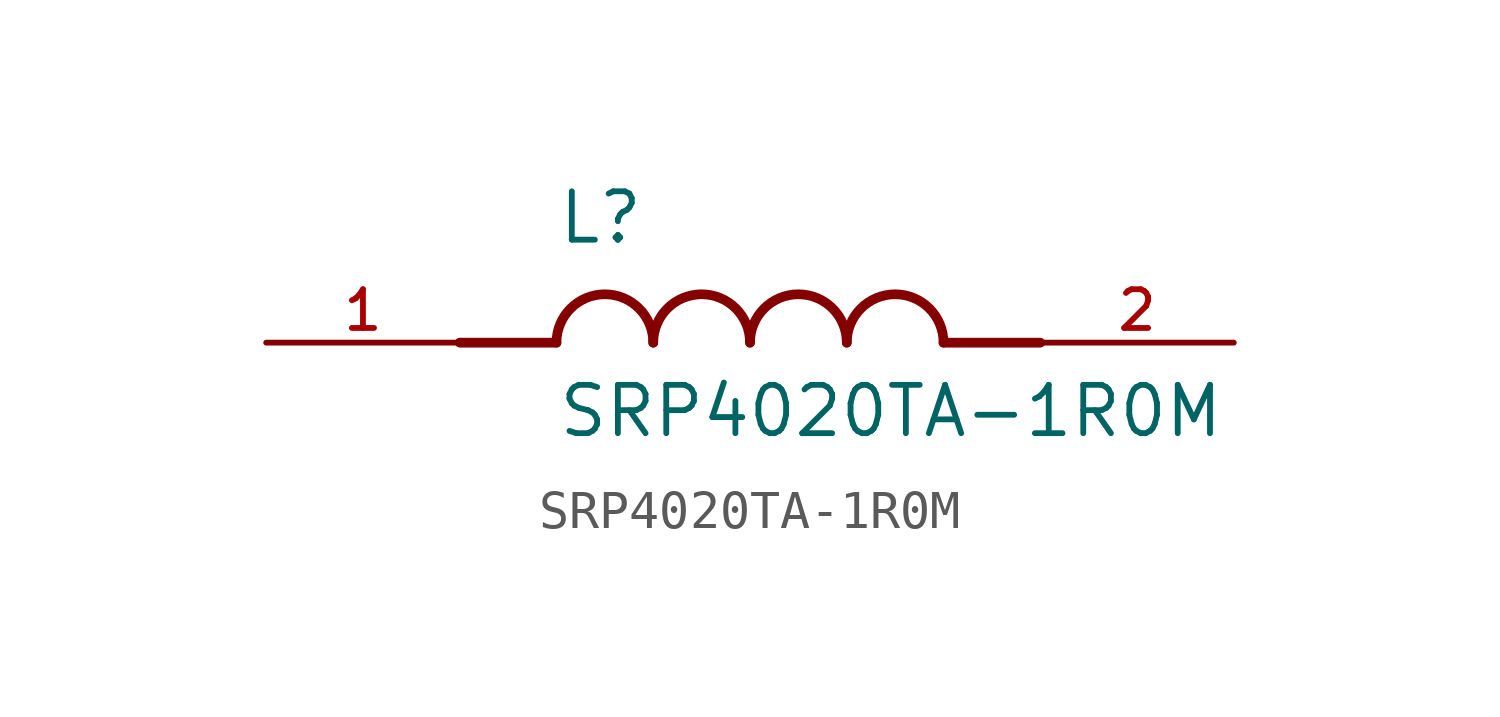
<source format=kicad_sym>
(kicad_symbol_lib
  (version 20211014)
  (generator kicad_symbol_editor)
  (symbol "SRP4020TA-1R0M"
    (pin_names
      (offset 1.016))
    (property "Reference" "L"
      (at -5.08 2.54 0)
      (effects (font (size 1.27 1.27)) (justify bottom left)))
    (property "Value" "SRP4020TA-1R0M"
      (at -5.08 -2.54 0)
      (effects (font (size 1.27 1.27)) (justify bottom left)))
    (symbol "SRP4020TA-1R0M_0_0"
      (polyline (pts (xy -5.08 0.0) (xy -7.62 0.0)) (stroke (width 0.254)))
      (polyline (pts (xy 5.08 0.0) (xy 7.62 0.0)) (stroke (width 0.254)))
      (arc (start -2.54 0.0) (mid -3.81 1.27) (end -5.08 0.0) (stroke (width 0.254) (type default) (color 0 0 0 0)) (fill (type none)))
      (arc (start 0.0 0.0) (mid -1.27 1.27) (end -2.54 0.0) (stroke (width 0.254) (type default) (color 0 0 0 0)) (fill (type none)))
      (arc (start 2.54 0.0) (mid 1.27 1.27) (end 0.0 0.0) (stroke (width 0.254) (type default) (color 0 0 0 0)) (fill (type none)))
      (arc (start 5.08 0.0) (mid 3.81 1.27) (end 2.54 0.0) (stroke (width 0.254) (type default) (color 0 0 0 0)) (fill (type none)))
      (pin passive line (at -12.7 0.0 0) (length 5.08) (name "~" (effects (font (size 1.016 1.016)))) (number "1" (effects (font (size 1.016 1.016)))))
      (pin passive line (at 12.7 0.0 180.0) (length 5.08) (name "~" (effects (font (size 1.016 1.016)))) (number "2" (effects (font (size 1.016 1.016))))))))
</source>
